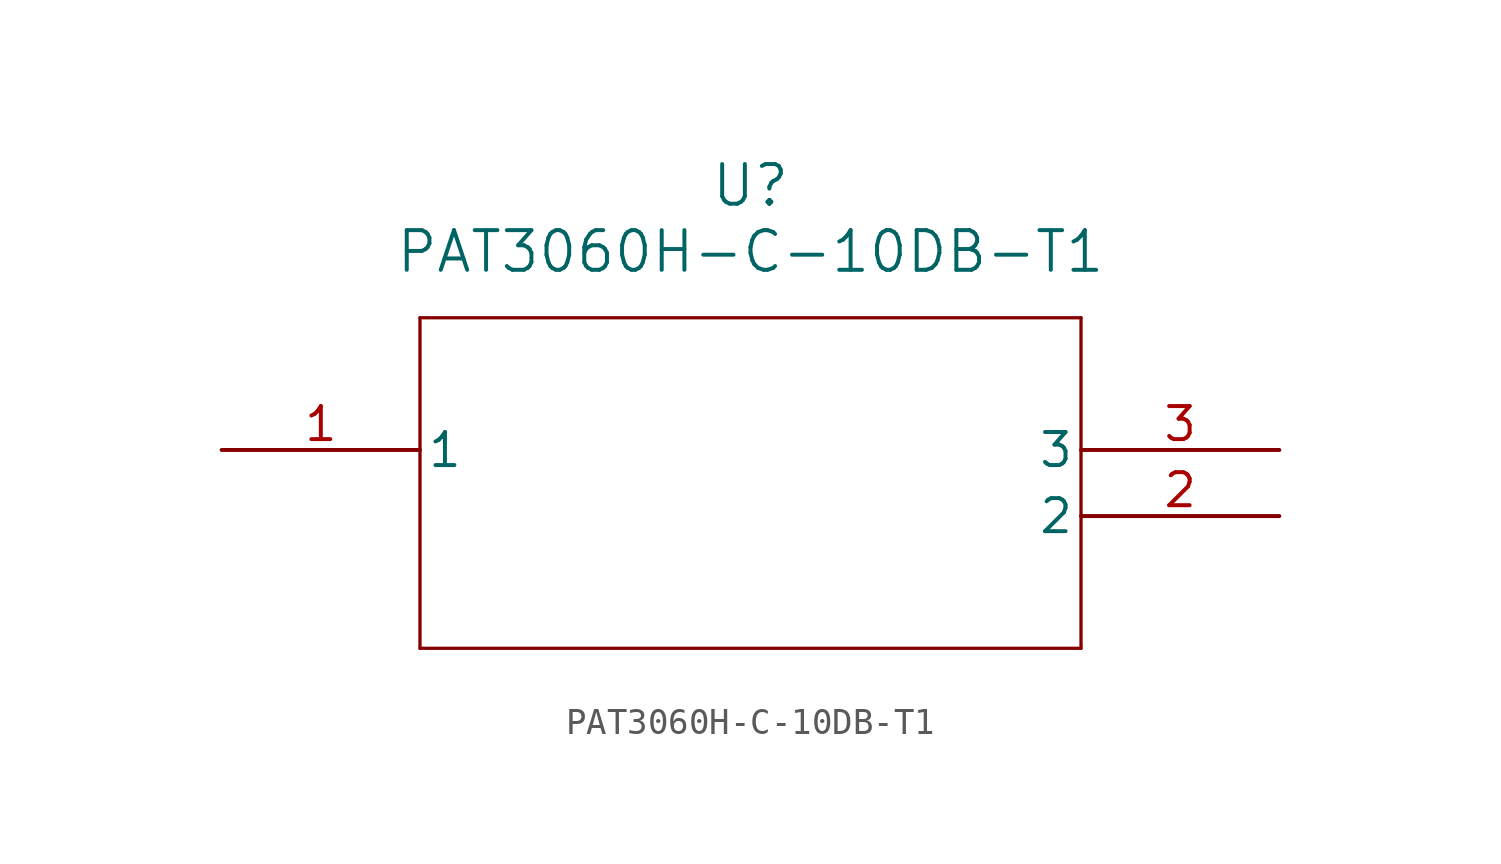
<source format=kicad_sym>
(kicad_symbol_lib
  (version 20211014)
  (generator kicad_symbol_editor)
  (symbol "PAT3060H-C-10DB-T1"
    (pin_names
      (offset 0.254))
    (property "Reference" "U"
      (at 20.32 10.16 0)
      (effects (font (size 1.524 1.524))))
    (property "Value" "PAT3060H-C-10DB-T1"
      (at 20.32 7.62 0)
      (effects (font (size 1.524 1.524))))
    (symbol "PAT3060H-C-10DB-T1_0_1"
      (polyline (pts (xy 7.62 5.08) (xy 7.62 -7.62)) (stroke (width 0.127) (type default) (color 0 0 0 0)) (fill (type none)))
      (polyline (pts (xy 7.62 -7.62) (xy 33.02 -7.62)) (stroke (width 0.127) (type default) (color 0 0 0 0)) (fill (type none)))
      (polyline (pts (xy 33.02 -7.62) (xy 33.02 5.08)) (stroke (width 0.127) (type default) (color 0 0 0 0)) (fill (type none)))
      (polyline (pts (xy 33.02 5.08) (xy 7.62 5.08)) (stroke (width 0.127) (type default) (color 0 0 0 0)) (fill (type none)))
      (pin unspecified line (at 0 0 0) (length 7.62) (name "1" (effects (font (size 1.27 1.27)))) (number "1" (effects (font (size 1.27 1.27)))))
      (pin unspecified line (at 40.64 -2.54 180) (length 7.62) (name "2" (effects (font (size 1.27 1.27)))) (number "2" (effects (font (size 1.27 1.27)))))
      (pin unspecified line (at 40.64 0 180) (length 7.62) (name "3" (effects (font (size 1.27 1.27)))) (number "3" (effects (font (size 1.27 1.27))))))))
</source>
